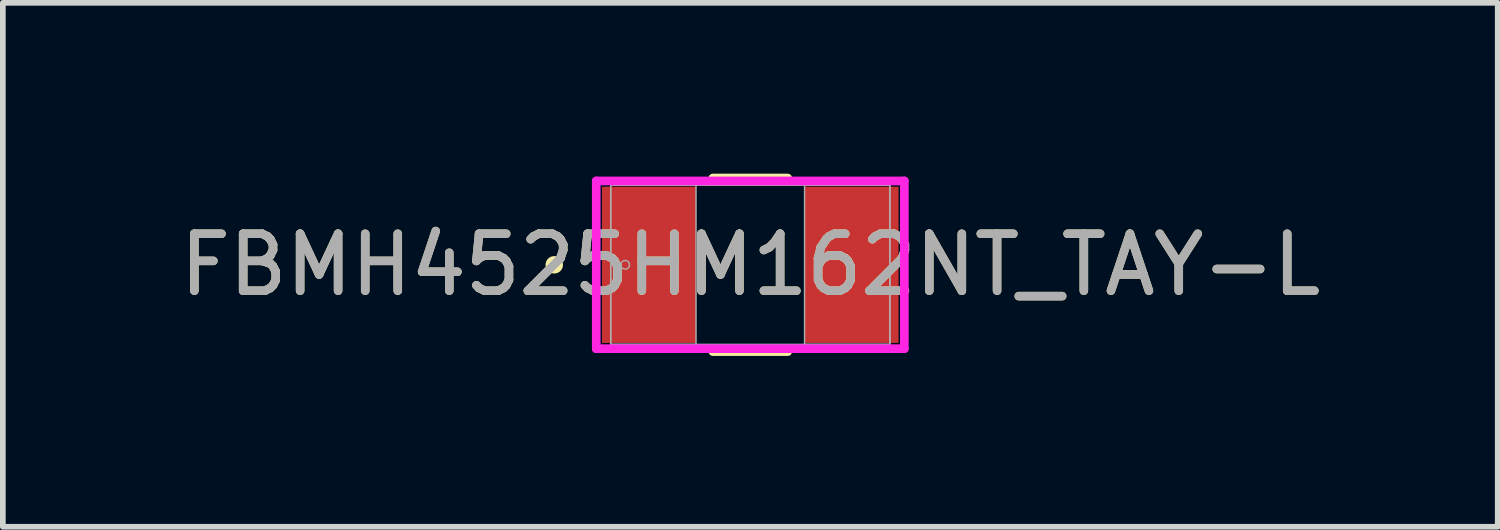
<source format=kicad_pcb>
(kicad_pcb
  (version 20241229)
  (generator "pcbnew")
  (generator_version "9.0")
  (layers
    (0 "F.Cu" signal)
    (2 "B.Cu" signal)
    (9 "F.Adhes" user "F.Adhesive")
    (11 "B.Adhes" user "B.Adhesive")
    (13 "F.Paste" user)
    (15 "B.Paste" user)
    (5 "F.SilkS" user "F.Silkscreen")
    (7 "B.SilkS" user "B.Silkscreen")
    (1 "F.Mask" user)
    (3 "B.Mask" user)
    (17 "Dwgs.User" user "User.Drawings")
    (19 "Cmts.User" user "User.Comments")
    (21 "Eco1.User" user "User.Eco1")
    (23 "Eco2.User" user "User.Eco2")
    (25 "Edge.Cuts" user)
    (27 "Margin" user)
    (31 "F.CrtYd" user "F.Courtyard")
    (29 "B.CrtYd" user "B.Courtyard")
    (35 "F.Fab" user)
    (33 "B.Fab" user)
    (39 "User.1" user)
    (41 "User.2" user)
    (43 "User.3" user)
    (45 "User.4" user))
  (footprint "FBMH4525HM162NT_TAY-L"
    (layer "F.Cu")
    (at 10.125 1.6)
    (property "Reference" "FBMH4525HM162NT_TAY-L" (at 0 0 0) (unlocked yes) (layer "F.SilkS") (effects (font (size 1 1) (thickness 0.15))))
    (attr smd)
    (fp_line (start -0.657 1.524) (end 0.657 1.524) (stroke (width 0.152) (type solid)) (layer "F.SilkS"))
    (fp_line (start 0.657 -1.524) (end -0.657 -1.524) (stroke (width 0.152) (type solid)) (layer "F.SilkS"))
    (fp_circle (center -3.442 0) (end -3.365 0) (stroke (width 0.152) (type solid)) (fill no) (layer "F.SilkS"))
    (fp_line (start -2.705 -1.473) (end 2.705 -1.473) (stroke (width 0.152) (type solid)) (layer "F.CrtYd"))
    (fp_line (start -2.705 1.473) (end -2.705 -1.473) (stroke (width 0.152) (type solid)) (layer "F.CrtYd"))
    (fp_line (start 2.705 -1.473) (end 2.705 1.473) (stroke (width 0.152) (type solid)) (layer "F.CrtYd"))
    (fp_line (start 2.705 1.473) (end -2.705 1.473) (stroke (width 0.152) (type solid)) (layer "F.CrtYd"))
    (fp_line (start -2.451 -1.397) (end -2.451 1.397) (stroke (width 0.025) (type solid)) (layer "F.Fab"))
    (fp_line (start -2.451 -1.397) (end -2.451 1.397) (stroke (width 0.025) (type solid)) (layer "F.Fab"))
    (fp_line (start -2.451 1.397) (end -0.953 1.397) (stroke (width 0.025) (type solid)) (layer "F.Fab"))
    (fp_line (start -2.451 1.397) (end 2.451 1.397) (stroke (width 0.025) (type solid)) (layer "F.Fab"))
    (fp_line (start -0.953 -1.397) (end -2.451 -1.397) (stroke (width 0.025) (type solid)) (layer "F.Fab"))
    (fp_line (start -0.953 1.397) (end -0.953 -1.397) (stroke (width 0.025) (type solid)) (layer "F.Fab"))
    (fp_line (start 0.953 -1.397) (end 0.953 1.397) (stroke (width 0.025) (type solid)) (layer "F.Fab"))
    (fp_line (start 0.953 1.397) (end 2.451 1.397) (stroke (width 0.025) (type solid)) (layer "F.Fab"))
    (fp_line (start 2.451 -1.397) (end -2.451 -1.397) (stroke (width 0.025) (type solid)) (layer "F.Fab"))
    (fp_line (start 2.451 -1.397) (end 0.953 -1.397) (stroke (width 0.025) (type solid)) (layer "F.Fab"))
    (fp_line (start 2.451 1.397) (end 2.451 -1.397) (stroke (width 0.025) (type solid)) (layer "F.Fab"))
    (fp_line (start 2.451 1.397) (end 2.451 -1.397) (stroke (width 0.025) (type solid)) (layer "F.Fab"))
    (fp_circle (center -2.197 0) (end -2.121 0) (stroke (width 0.025) (type solid)) (fill no) (layer "F.Fab"))
    (fp_text user "${REFERENCE}" (at 0 0 0) (unlocked yes) (layer "F.Fab") (effects (font (size 1 1) (thickness 0.15))))
    (pad "1" smd rect (at -1.778 0) (size 1.651 2.743) (layers "F.Cu" "F.Mask" "F.Paste"))
    (pad "2" smd rect (at 1.778 0) (size 1.651 2.743) (layers "F.Cu" "F.Mask" "F.Paste"))
    (zone (net_name "") (layer "F.Cu") (hatch full 0.508) (connect_pads) (min_thickness 0.254) (filled_areas_thickness no) (keepout (tracks not_allowed) (vias not_allowed) (pads allowed) (copperpour not_allowed) (footprints allowed)) (placement (enabled no)) (fill) (polygon (pts (xy 9.223 0.254) (xy 11.027 0.254) (xy 11.027 2.946) (xy 9.223 2.946)))))
  (gr_rect
    (start -3 -3)
    (end 23.25 6.2)
    (stroke (width 0.1) (type default))
    (fill no)
    (layer "Edge.Cuts")))
</source>
